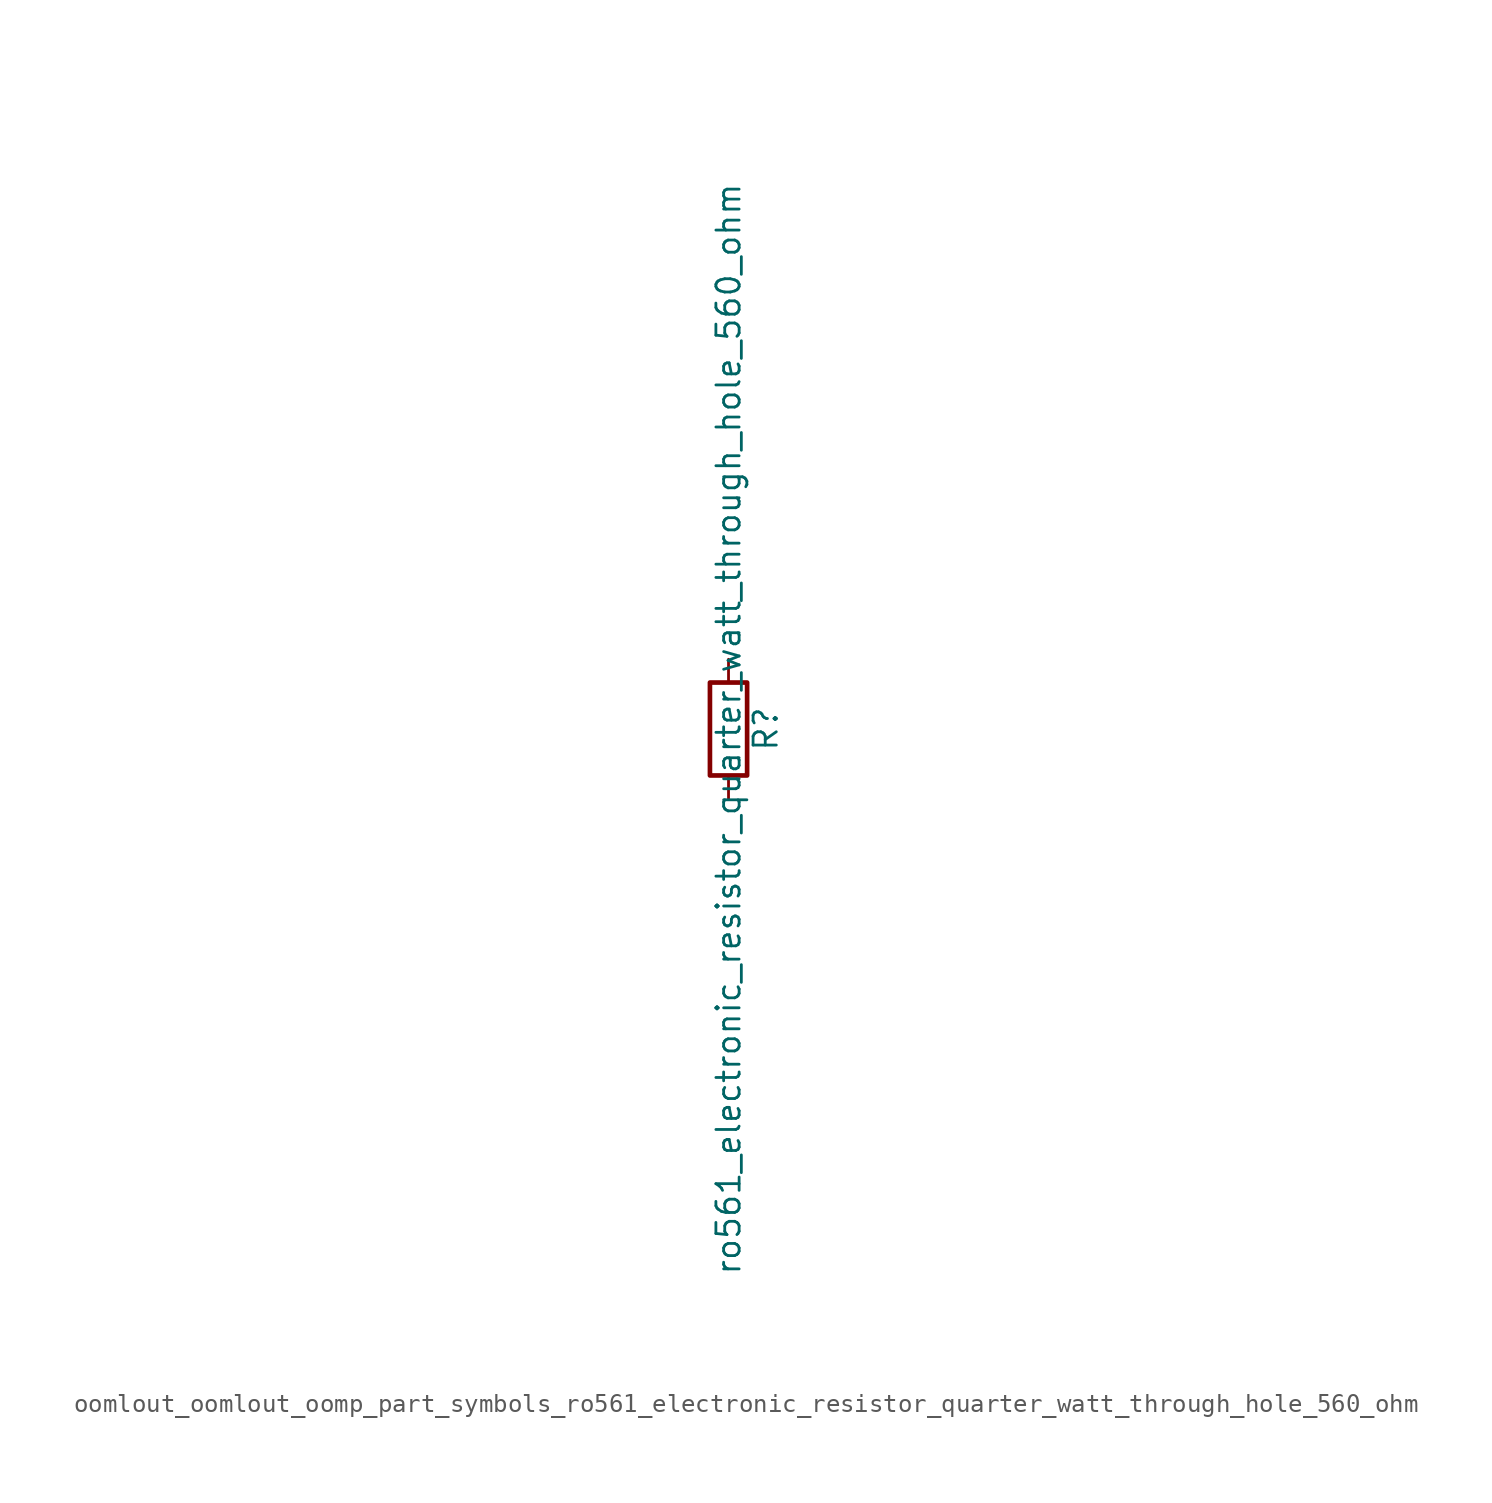
<source format=kicad_sym>
(kicad_symbol_lib
  (version 20220914)
  (generator kicad_symbol_editor)
  (symbol "oomlout_oomlout_oomp_part_symbols_ro561_electronic_resistor_quarter_watt_through_hole_560_ohm"
    (pin_numbers hide)
    (pin_names
      (offset 0))
    (property "Reference" "R"
      (at 2.032 0 90)
      (effects (font (size 1.27 1.27))))
    (property "Value" "ro561_electronic_resistor_quarter_watt_through_hole_560_ohm"
      (at 0 0 90)
      (effects (font (size 1.27 1.27))))
    (symbol "oomlout_oomlout_oomp_part_symbols_ro561_electronic_resistor_quarter_watt_through_hole_560_ohm_0_1"
      (rectangle (start -1.016 -2.54) (end 1.016 2.54) (stroke (width 0.254) (type default)) (fill (type none))))
    (symbol "oomlout_oomlout_oomp_part_symbols_ro561_electronic_resistor_quarter_watt_through_hole_560_ohm_1_1"
      (pin passive line (at 0 3.81 270) (length 1.27) (name "~" (effects (font (size 1.27 1.27)))) (number "1" (effects (font (size 1.27 1.27)))))
      (pin passive line (at 0 -3.81 90) (length 1.27) (name "~" (effects (font (size 1.27 1.27)))) (number "2" (effects (font (size 1.27 1.27))))))))
</source>
